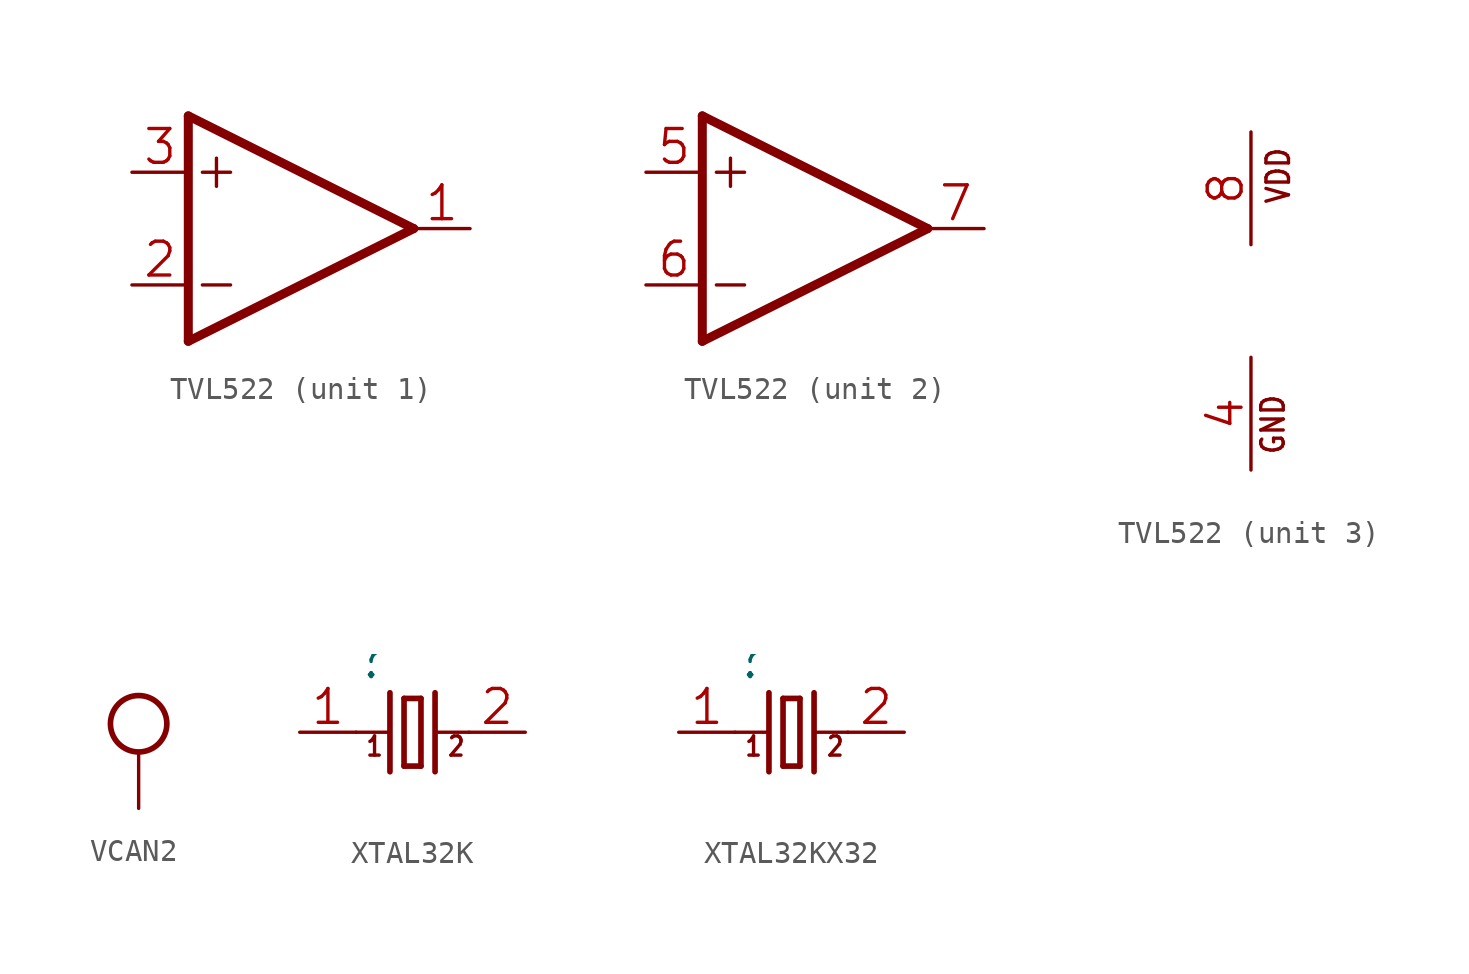
<source format=kicad_sym>
(kicad_symbol_lib
  (version 20241209)
  (generator "kicad_symbol_editor")
  (generator_version "9.0")
  (symbol "TVL522"
    (property "Reference" ""
      (at 5.08 5.08 0)
      (effects (font (size 1.778 1.511)) (justify left bottom) (hide yes)))
    (property "ki_locked" ""
      (at 0 0 0)
      (effects (font (size 1.27 1.27))))
    (symbol "TVL522_1_0"
      (polyline (pts (xy -5.08 5.08) (xy -5.08 -5.08)) (stroke (width 0.406) (type solid)) (fill (type none)))
      (polyline (pts (xy -5.08 -5.08) (xy 5.08 0)) (stroke (width 0.406) (type solid)) (fill (type none)))
      (polyline (pts (xy -4.445 2.54) (xy -3.175 2.54)) (stroke (width 0.152) (type solid)) (fill (type none)))
      (polyline (pts (xy -4.445 -2.54) (xy -3.175 -2.54)) (stroke (width 0.152) (type solid)) (fill (type none)))
      (polyline (pts (xy -3.81 3.175) (xy -3.81 1.905)) (stroke (width 0.152) (type solid)) (fill (type none)))
      (polyline (pts (xy 5.08 0) (xy -5.08 5.08)) (stroke (width 0.406) (type solid)) (fill (type none)))
      (pin input line (at -7.62 2.54 0) (length 2.54) (name "+IN" (effects (font (size 0 0)))) (number "3" (effects (font (size 1.524 1.524)))))
      (pin input line (at -7.62 -2.54 0) (length 2.54) (name "-IN" (effects (font (size 0 0)))) (number "2" (effects (font (size 1.524 1.524)))))
      (pin output line (at 7.62 0 180) (length 2.54) (name "OUT" (effects (font (size 0 0)))) (number "1" (effects (font (size 1.524 1.524))))))
    (symbol "TVL522_2_0"
      (polyline (pts (xy -5.08 5.08) (xy -5.08 -5.08)) (stroke (width 0.406) (type solid)) (fill (type none)))
      (polyline (pts (xy -5.08 -5.08) (xy 5.08 0)) (stroke (width 0.406) (type solid)) (fill (type none)))
      (polyline (pts (xy -4.445 2.54) (xy -3.175 2.54)) (stroke (width 0.152) (type solid)) (fill (type none)))
      (polyline (pts (xy -4.445 -2.54) (xy -3.175 -2.54)) (stroke (width 0.152) (type solid)) (fill (type none)))
      (polyline (pts (xy -3.81 3.175) (xy -3.81 1.905)) (stroke (width 0.152) (type solid)) (fill (type none)))
      (polyline (pts (xy 5.08 0) (xy -5.08 5.08)) (stroke (width 0.406) (type solid)) (fill (type none)))
      (pin input line (at -7.62 2.54 0) (length 2.54) (name "+IN" (effects (font (size 0 0)))) (number "5" (effects (font (size 1.524 1.524)))))
      (pin input line (at -7.62 -2.54 0) (length 2.54) (name "-IN" (effects (font (size 0 0)))) (number "6" (effects (font (size 1.524 1.524)))))
      (pin output line (at 7.62 0 180) (length 2.54) (name "OUT" (effects (font (size 0 0)))) (number "7" (effects (font (size 1.524 1.524))))))
    (symbol "TVL522_3_0"
      (text "VDD" (at 0.635 6.985 900) (effects (font (size 1.016 0.864)) (justify right top)))
      (text "GND" (at 1.587 -6.985 900) (effects (font (size 1.016 0.864)) (justify left bottom)))
      (pin power_in line (at 0 7.62 270) (length 5.08) (name "VDD" (effects (font (size 0 0)))) (number "8" (effects (font (size 1.524 1.524)))))
      (pin power_in line (at 0 -7.62 90) (length 5.08) (name "GND" (effects (font (size 0 0)))) (number "4" (effects (font (size 1.524 1.524)))))))
  (symbol "VCAN2"
    (power)
    (property "Reference" ""
      (at 0 0 0)
      (effects (font (size 1.27 1.27)) (hide yes)))
    (property "Value" ""
      (at -1.905 3.175 0)
      (effects (font (size 1.778 1.511)) (justify left bottom)))
    (property "ki_locked" ""
      (at 0 0 0)
      (effects (font (size 1.27 1.27))))
    (symbol "VCAN2_1_0"
      (circle (center 0 1.27) (radius 1.27) (stroke (width 0.254) (type solid)) (fill (type none)))
      (pin power_in line (at 0 -2.54 90) (length 2.54) (name "VCAN2" (effects (font (size 0 0)))) (number "1" (effects (font (size 0 0)))))))
  (symbol "XTAL32K"
    (property "Reference" ""
      (at -2.54 2.286 0)
      (effects (font (size 1.778 1.511)) (justify left bottom)))
    (property "Value" ""
      (at -2.54 -3.81 0)
      (effects (font (size 1.778 1.511)) (justify left bottom)))
    (property "ki_locked" ""
      (at 0 0 0)
      (effects (font (size 1.27 1.27))))
    (symbol "XTAL32K_1_0"
      (polyline (pts (xy -2.54 0) (xy -1.016 0)) (stroke (width 0.152) (type solid)) (fill (type none)))
      (polyline (pts (xy -1.016 1.778) (xy -1.016 -1.778)) (stroke (width 0.254) (type solid)) (fill (type none)))
      (polyline (pts (xy -0.381 1.524) (xy -0.381 -1.524)) (stroke (width 0.254) (type solid)) (fill (type none)))
      (polyline (pts (xy -0.381 -1.524) (xy 0.381 -1.524)) (stroke (width 0.254) (type solid)) (fill (type none)))
      (polyline (pts (xy 0.381 1.524) (xy -0.381 1.524)) (stroke (width 0.254) (type solid)) (fill (type none)))
      (polyline (pts (xy 0.381 -1.524) (xy 0.381 1.524)) (stroke (width 0.254) (type solid)) (fill (type none)))
      (polyline (pts (xy 1.016 1.778) (xy 1.016 -1.778)) (stroke (width 0.254) (type solid)) (fill (type none)))
      (polyline (pts (xy 1.016 0) (xy 2.54 0)) (stroke (width 0.152) (type solid)) (fill (type none)))
      (text "1" (at -2.159 -1.143 0) (effects (font (size 0.864 0.734)) (justify left bottom)))
      (text "2" (at 1.524 -1.143 0) (effects (font (size 0.864 0.734)) (justify left bottom)))
      (pin passive line (at -5.08 0 0) (length 2.54) (name "1" (effects (font (size 0 0)))) (number "1" (effects (font (size 1.524 1.524)))))
      (pin passive line (at 5.08 0 180) (length 2.54) (name "2" (effects (font (size 0 0)))) (number "2" (effects (font (size 1.524 1.524)))))))
  (symbol "XTAL32KX32"
    (property "Reference" ""
      (at -2.54 2.286 0)
      (effects (font (size 1.778 1.511)) (justify left bottom)))
    (property "Value" ""
      (at -2.54 -3.81 0)
      (effects (font (size 1.778 1.511)) (justify left bottom)))
    (property "ki_locked" ""
      (at 0 0 0)
      (effects (font (size 1.27 1.27))))
    (symbol "XTAL32KX32_1_0"
      (polyline (pts (xy -2.54 0) (xy -1.016 0)) (stroke (width 0.152) (type solid)) (fill (type none)))
      (polyline (pts (xy -1.016 1.778) (xy -1.016 -1.778)) (stroke (width 0.254) (type solid)) (fill (type none)))
      (polyline (pts (xy -0.381 1.524) (xy -0.381 -1.524)) (stroke (width 0.254) (type solid)) (fill (type none)))
      (polyline (pts (xy -0.381 -1.524) (xy 0.381 -1.524)) (stroke (width 0.254) (type solid)) (fill (type none)))
      (polyline (pts (xy 0.381 1.524) (xy -0.381 1.524)) (stroke (width 0.254) (type solid)) (fill (type none)))
      (polyline (pts (xy 0.381 -1.524) (xy 0.381 1.524)) (stroke (width 0.254) (type solid)) (fill (type none)))
      (polyline (pts (xy 1.016 1.778) (xy 1.016 -1.778)) (stroke (width 0.254) (type solid)) (fill (type none)))
      (polyline (pts (xy 1.016 0) (xy 2.54 0)) (stroke (width 0.152) (type solid)) (fill (type none)))
      (text "1" (at -2.159 -1.143 0) (effects (font (size 0.864 0.734)) (justify left bottom)))
      (text "2" (at 1.524 -1.143 0) (effects (font (size 0.864 0.734)) (justify left bottom)))
      (pin passive line (at -5.08 0 0) (length 2.54) (name "1" (effects (font (size 0 0)))) (number "1" (effects (font (size 1.524 1.524)))))
      (pin passive line (at 5.08 0 180) (length 2.54) (name "2" (effects (font (size 0 0)))) (number "2" (effects (font (size 1.524 1.524))))))))
</source>
